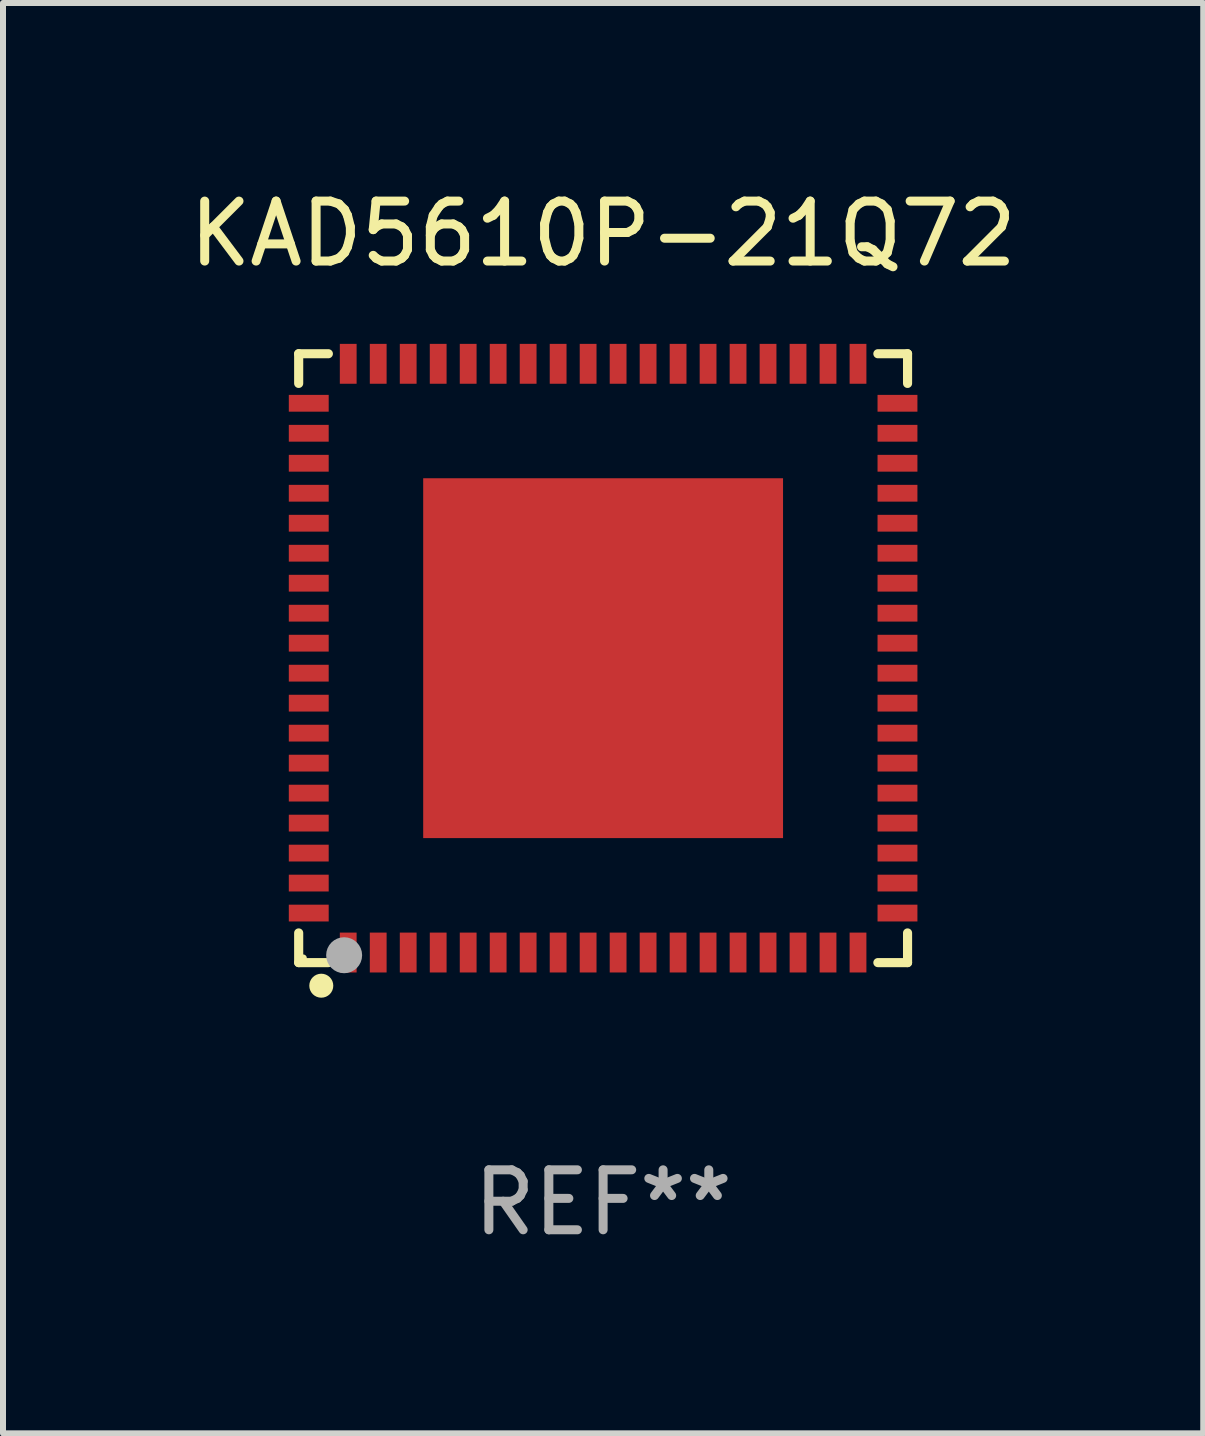
<source format=kicad_pcb>
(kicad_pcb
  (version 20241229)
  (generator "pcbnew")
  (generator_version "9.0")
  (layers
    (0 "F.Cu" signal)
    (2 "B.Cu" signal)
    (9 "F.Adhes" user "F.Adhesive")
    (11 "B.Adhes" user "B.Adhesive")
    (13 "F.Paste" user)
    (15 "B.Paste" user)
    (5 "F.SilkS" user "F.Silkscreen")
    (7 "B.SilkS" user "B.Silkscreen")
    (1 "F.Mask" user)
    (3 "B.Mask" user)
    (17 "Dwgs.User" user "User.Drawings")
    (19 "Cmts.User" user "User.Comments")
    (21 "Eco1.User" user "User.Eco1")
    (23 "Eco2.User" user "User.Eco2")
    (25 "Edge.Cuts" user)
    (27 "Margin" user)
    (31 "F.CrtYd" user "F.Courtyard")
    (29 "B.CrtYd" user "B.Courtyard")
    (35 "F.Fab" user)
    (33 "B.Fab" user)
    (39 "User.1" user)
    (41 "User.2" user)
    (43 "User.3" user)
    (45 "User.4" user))
  (footprint "KAD5610P-21Q72"
    (layer "F.Cu")
    (at 7.006 7.924)
    (property "Reference" "KAD5610P-21Q72" (at 0 -7.076 0) (layer "F.SilkS") (effects (font (size 1 1) (thickness 0.15))))
    (attr through_hole)
    (fp_line (start -5.076 -5.076) (end -4.581 -5.076) (stroke (width 0.152) (type solid)) (layer "F.SilkS"))
    (fp_line (start -5.076 -4.581) (end -5.076 -5.076) (stroke (width 0.152) (type solid)) (layer "F.SilkS"))
    (fp_line (start -5.076 4.581) (end -5.076 5.076) (stroke (width 0.152) (type solid)) (layer "F.SilkS"))
    (fp_line (start -5.076 5.076) (end -4.581 5.076) (stroke (width 0.152) (type solid)) (layer "F.SilkS"))
    (fp_line (start 5.076 -5.076) (end 4.581 -5.076) (stroke (width 0.152) (type solid)) (layer "F.SilkS"))
    (fp_line (start 5.076 -4.581) (end 5.076 -5.076) (stroke (width 0.152) (type solid)) (layer "F.SilkS"))
    (fp_line (start 5.076 4.581) (end 5.076 5.076) (stroke (width 0.152) (type solid)) (layer "F.SilkS"))
    (fp_line (start 5.076 5.076) (end 4.581 5.076) (stroke (width 0.152) (type solid)) (layer "F.SilkS"))
    (fp_circle (center -5 5) (end -4.97 5) (stroke (width 0.06) (type solid)) (fill no) (layer "F.SilkS"))
    (fp_circle (center -4.699 5.461) (end -4.599 5.461) (stroke (width 0.2) (type solid)) (fill no) (layer "F.SilkS"))
    (fp_circle (center -4.318 4.953) (end -4.168 4.953) (stroke (width 0.3) (type solid)) (fill no) (layer "F.Fab"))
    (fp_text user "REF**" (at 0 9.076 0) (layer "F.Fab") (effects (font (size 1 1) (thickness 0.15))))
    (pad "1" smd rect (at -4.25 4.908) (size 0.28 0.665) (layers "F.Cu" "F.Mask" "F.Paste"))
    (pad "2" smd rect (at -3.75 4.908) (size 0.28 0.665) (layers "F.Cu" "F.Mask" "F.Paste"))
    (pad "3" smd rect (at -3.25 4.908) (size 0.28 0.665) (layers "F.Cu" "F.Mask" "F.Paste"))
    (pad "4" smd rect (at -2.75 4.908) (size 0.28 0.665) (layers "F.Cu" "F.Mask" "F.Paste"))
    (pad "5" smd rect (at -2.25 4.908) (size 0.28 0.665) (layers "F.Cu" "F.Mask" "F.Paste"))
    (pad "6" smd rect (at -1.75 4.908) (size 0.28 0.665) (layers "F.Cu" "F.Mask" "F.Paste"))
    (pad "7" smd rect (at -1.25 4.908) (size 0.28 0.665) (layers "F.Cu" "F.Mask" "F.Paste"))
    (pad "8" smd rect (at -0.75 4.908) (size 0.28 0.665) (layers "F.Cu" "F.Mask" "F.Paste"))
    (pad "9" smd rect (at -0.25 4.908) (size 0.28 0.665) (layers "F.Cu" "F.Mask" "F.Paste"))
    (pad "10" smd rect (at 0.25 4.908) (size 0.28 0.665) (layers "F.Cu" "F.Mask" "F.Paste"))
    (pad "11" smd rect (at 0.75 4.908) (size 0.28 0.665) (layers "F.Cu" "F.Mask" "F.Paste"))
    (pad "12" smd rect (at 1.25 4.908) (size 0.28 0.665) (layers "F.Cu" "F.Mask" "F.Paste"))
    (pad "13" smd rect (at 1.75 4.908) (size 0.28 0.665) (layers "F.Cu" "F.Mask" "F.Paste"))
    (pad "14" smd rect (at 2.25 4.908) (size 0.28 0.665) (layers "F.Cu" "F.Mask" "F.Paste"))
    (pad "15" smd rect (at 2.75 4.908) (size 0.28 0.665) (layers "F.Cu" "F.Mask" "F.Paste"))
    (pad "16" smd rect (at 3.25 4.908) (size 0.28 0.665) (layers "F.Cu" "F.Mask" "F.Paste"))
    (pad "17" smd rect (at 3.75 4.908) (size 0.28 0.665) (layers "F.Cu" "F.Mask" "F.Paste"))
    (pad "18" smd rect (at 4.25 4.908) (size 0.28 0.665) (layers "F.Cu" "F.Mask" "F.Paste"))
    (pad "19" smd rect (at 4.908 4.25) (size 0.665 0.28) (layers "F.Cu" "F.Mask" "F.Paste"))
    (pad "20" smd rect (at 4.908 3.75) (size 0.665 0.28) (layers "F.Cu" "F.Mask" "F.Paste"))
    (pad "21" smd rect (at 4.908 3.25) (size 0.665 0.28) (layers "F.Cu" "F.Mask" "F.Paste"))
    (pad "22" smd rect (at 4.908 2.75) (size 0.665 0.28) (layers "F.Cu" "F.Mask" "F.Paste"))
    (pad "23" smd rect (at 4.908 2.25) (size 0.665 0.28) (layers "F.Cu" "F.Mask" "F.Paste"))
    (pad "24" smd rect (at 4.908 1.75) (size 0.665 0.28) (layers "F.Cu" "F.Mask" "F.Paste"))
    (pad "25" smd rect (at 4.908 1.25) (size 0.665 0.28) (layers "F.Cu" "F.Mask" "F.Paste"))
    (pad "26" smd rect (at 4.908 0.75) (size 0.665 0.28) (layers "F.Cu" "F.Mask" "F.Paste"))
    (pad "27" smd rect (at 4.908 0.25) (size 0.665 0.28) (layers "F.Cu" "F.Mask" "F.Paste"))
    (pad "28" smd rect (at 4.908 -0.25) (size 0.665 0.28) (layers "F.Cu" "F.Mask" "F.Paste"))
    (pad "29" smd rect (at 4.908 -0.75) (size 0.665 0.28) (layers "F.Cu" "F.Mask" "F.Paste"))
    (pad "30" smd rect (at 4.908 -1.25) (size 0.665 0.28) (layers "F.Cu" "F.Mask" "F.Paste"))
    (pad "31" smd rect (at 4.908 -1.75) (size 0.665 0.28) (layers "F.Cu" "F.Mask" "F.Paste"))
    (pad "32" smd rect (at 4.908 -2.25) (size 0.665 0.28) (layers "F.Cu" "F.Mask" "F.Paste"))
    (pad "33" smd rect (at 4.908 -2.75) (size 0.665 0.28) (layers "F.Cu" "F.Mask" "F.Paste"))
    (pad "34" smd rect (at 4.908 -3.25) (size 0.665 0.28) (layers "F.Cu" "F.Mask" "F.Paste"))
    (pad "35" smd rect (at 4.908 -3.75) (size 0.665 0.28) (layers "F.Cu" "F.Mask" "F.Paste"))
    (pad "36" smd rect (at 4.908 -4.25) (size 0.665 0.28) (layers "F.Cu" "F.Mask" "F.Paste"))
    (pad "37" smd rect (at 4.25 -4.908) (size 0.28 0.665) (layers "F.Cu" "F.Mask" "F.Paste"))
    (pad "38" smd rect (at 3.75 -4.908) (size 0.28 0.665) (layers "F.Cu" "F.Mask" "F.Paste"))
    (pad "39" smd rect (at 3.25 -4.908) (size 0.28 0.665) (layers "F.Cu" "F.Mask" "F.Paste"))
    (pad "40" smd rect (at 2.75 -4.908) (size 0.28 0.665) (layers "F.Cu" "F.Mask" "F.Paste"))
    (pad "41" smd rect (at 2.25 -4.908) (size 0.28 0.665) (layers "F.Cu" "F.Mask" "F.Paste"))
    (pad "42" smd rect (at 1.75 -4.908) (size 0.28 0.665) (layers "F.Cu" "F.Mask" "F.Paste"))
    (pad "43" smd rect (at 1.25 -4.908) (size 0.28 0.665) (layers "F.Cu" "F.Mask" "F.Paste"))
    (pad "44" smd rect (at 0.75 -4.908) (size 0.28 0.665) (layers "F.Cu" "F.Mask" "F.Paste"))
    (pad "45" smd rect (at 0.25 -4.908) (size 0.28 0.665) (layers "F.Cu" "F.Mask" "F.Paste"))
    (pad "46" smd rect (at -0.25 -4.908) (size 0.28 0.665) (layers "F.Cu" "F.Mask" "F.Paste"))
    (pad "47" smd rect (at -0.75 -4.908) (size 0.28 0.665) (layers "F.Cu" "F.Mask" "F.Paste"))
    (pad "48" smd rect (at -1.25 -4.908) (size 0.28 0.665) (layers "F.Cu" "F.Mask" "F.Paste"))
    (pad "49" smd rect (at -1.75 -4.908) (size 0.28 0.665) (layers "F.Cu" "F.Mask" "F.Paste"))
    (pad "50" smd rect (at -2.25 -4.908) (size 0.28 0.665) (layers "F.Cu" "F.Mask" "F.Paste"))
    (pad "51" smd rect (at -2.75 -4.908) (size 0.28 0.665) (layers "F.Cu" "F.Mask" "F.Paste"))
    (pad "52" smd rect (at -3.25 -4.908) (size 0.28 0.665) (layers "F.Cu" "F.Mask" "F.Paste"))
    (pad "53" smd rect (at -3.75 -4.908) (size 0.28 0.665) (layers "F.Cu" "F.Mask" "F.Paste"))
    (pad "54" smd rect (at -4.25 -4.908) (size 0.28 0.665) (layers "F.Cu" "F.Mask" "F.Paste"))
    (pad "55" smd rect (at -4.908 -4.25) (size 0.665 0.28) (layers "F.Cu" "F.Mask" "F.Paste"))
    (pad "56" smd rect (at -4.908 -3.75) (size 0.665 0.28) (layers "F.Cu" "F.Mask" "F.Paste"))
    (pad "57" smd rect (at -4.908 -3.25) (size 0.665 0.28) (layers "F.Cu" "F.Mask" "F.Paste"))
    (pad "58" smd rect (at -4.908 -2.75) (size 0.665 0.28) (layers "F.Cu" "F.Mask" "F.Paste"))
    (pad "59" smd rect (at -4.908 -2.25) (size 0.665 0.28) (layers "F.Cu" "F.Mask" "F.Paste"))
    (pad "60" smd rect (at -4.908 -1.75) (size 0.665 0.28) (layers "F.Cu" "F.Mask" "F.Paste"))
    (pad "61" smd rect (at -4.908 -1.25) (size 0.665 0.28) (layers "F.Cu" "F.Mask" "F.Paste"))
    (pad "62" smd rect (at -4.908 -0.75) (size 0.665 0.28) (layers "F.Cu" "F.Mask" "F.Paste"))
    (pad "63" smd rect (at -4.908 -0.25) (size 0.665 0.28) (layers "F.Cu" "F.Mask" "F.Paste"))
    (pad "64" smd rect (at -4.908 0.25) (size 0.665 0.28) (layers "F.Cu" "F.Mask" "F.Paste"))
    (pad "65" smd rect (at -4.908 0.75) (size 0.665 0.28) (layers "F.Cu" "F.Mask" "F.Paste"))
    (pad "66" smd rect (at -4.908 1.25) (size 0.665 0.28) (layers "F.Cu" "F.Mask" "F.Paste"))
    (pad "67" smd rect (at -4.908 1.75) (size 0.665 0.28) (layers "F.Cu" "F.Mask" "F.Paste"))
    (pad "68" smd rect (at -4.908 2.25) (size 0.665 0.28) (layers "F.Cu" "F.Mask" "F.Paste"))
    (pad "69" smd rect (at -4.908 2.75) (size 0.665 0.28) (layers "F.Cu" "F.Mask" "F.Paste"))
    (pad "70" smd rect (at -4.908 3.25) (size 0.665 0.28) (layers "F.Cu" "F.Mask" "F.Paste"))
    (pad "71" smd rect (at -4.908 3.75) (size 0.665 0.28) (layers "F.Cu" "F.Mask" "F.Paste"))
    (pad "72" smd rect (at -4.908 4.25) (size 0.665 0.28) (layers "F.Cu" "F.Mask" "F.Paste"))
    (pad "73" smd rect (at 0 0) (size 6 6) (layers "F.Cu" "F.Mask" "F.Paste")))
  (gr_rect
    (start -3 -3)
    (end 17.012 20.849)
    (stroke (width 0.1) (type default))
    (fill no)
    (layer "Edge.Cuts")))
</source>
